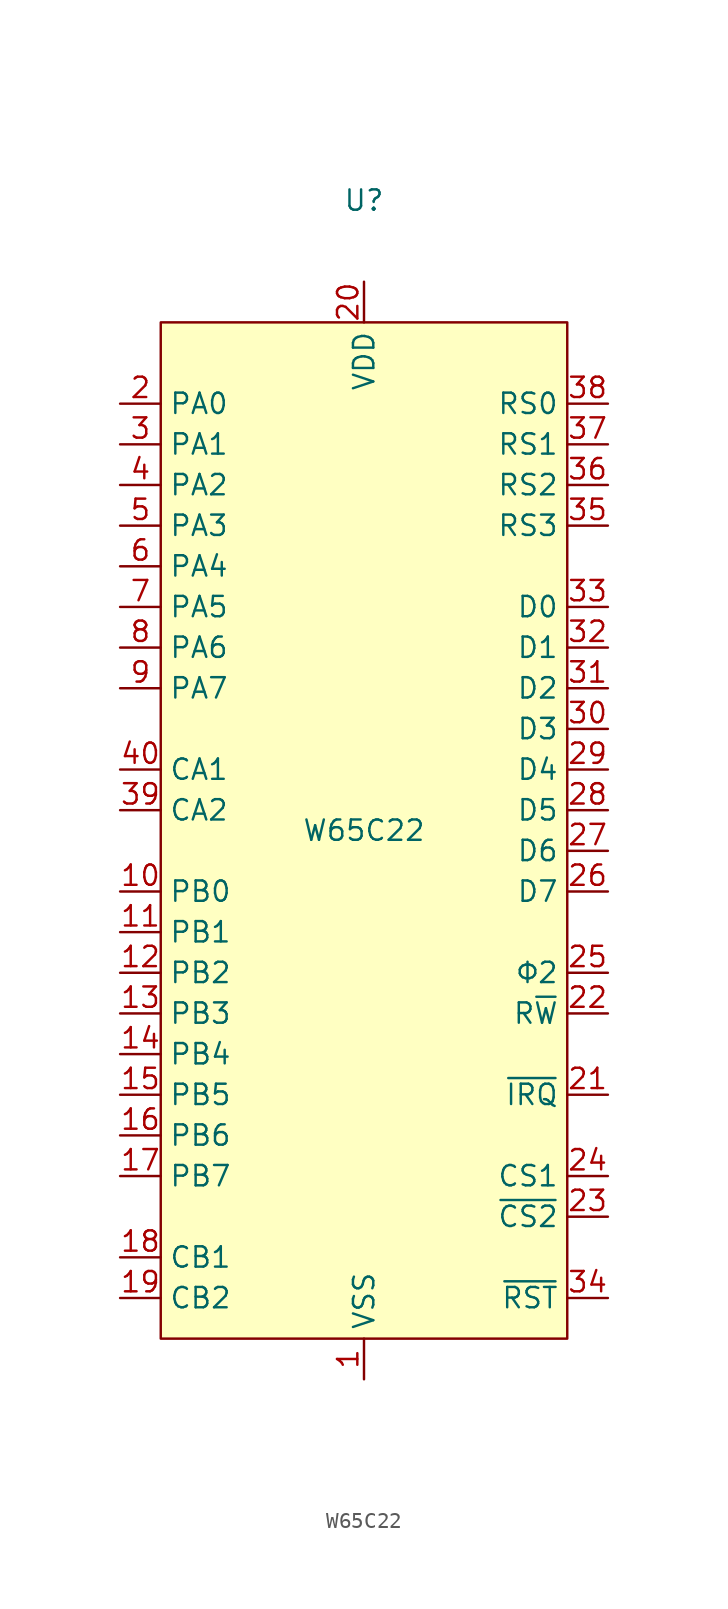
<source format=kicad_sym>
(kicad_symbol_lib
  (version 20220914)
  (generator kicad_symbol_editor)
  (symbol "W65C22"
    (property "Reference" "U"
      (at 0 0 0)
      (effects (font (size 1.27 1.27))))
    (property "Value" "W65C22"
      (at 0 -39.37 0)
      (effects (font (size 1.27 1.27))))
    (symbol "W65C22_0_0"
      (pin power_in line (at 0 -73.66 90) (length 2.54) (name "VSS" (effects (font (size 1.27 1.27)))) (number "1" (effects (font (size 1.27 1.27))))))
    (symbol "W65C22_0_1"
      (rectangle (start -12.7 -7.62) (end 12.7 -71.12) (stroke (width 0) (type default)) (fill (type background))))
    (symbol "W65C22_1_1"
      (pin tri_state line (at -15.24 -43.18 0) (length 2.54) (name "PB0" (effects (font (size 1.27 1.27)))) (number "10" (effects (font (size 1.27 1.27)))))
      (pin tri_state line (at -15.24 -45.72 0) (length 2.54) (name "PB1" (effects (font (size 1.27 1.27)))) (number "11" (effects (font (size 1.27 1.27)))))
      (pin tri_state line (at -15.24 -48.26 0) (length 2.54) (name "PB2" (effects (font (size 1.27 1.27)))) (number "12" (effects (font (size 1.27 1.27)))))
      (pin tri_state line (at -15.24 -50.8 0) (length 2.54) (name "PB3" (effects (font (size 1.27 1.27)))) (number "13" (effects (font (size 1.27 1.27)))))
      (pin tri_state line (at -15.24 -53.34 0) (length 2.54) (name "PB4" (effects (font (size 1.27 1.27)))) (number "14" (effects (font (size 1.27 1.27)))))
      (pin tri_state line (at -15.24 -55.88 0) (length 2.54) (name "PB5" (effects (font (size 1.27 1.27)))) (number "15" (effects (font (size 1.27 1.27)))))
      (pin tri_state line (at -15.24 -58.42 0) (length 2.54) (name "PB6" (effects (font (size 1.27 1.27)))) (number "16" (effects (font (size 1.27 1.27)))))
      (pin tri_state line (at -15.24 -60.96 0) (length 2.54) (name "PB7" (effects (font (size 1.27 1.27)))) (number "17" (effects (font (size 1.27 1.27)))))
      (pin tri_state line (at -15.24 -66.04 0) (length 2.54) (name "CB1" (effects (font (size 1.27 1.27)))) (number "18" (effects (font (size 1.27 1.27)))))
      (pin tri_state line (at -15.24 -68.58 0) (length 2.54) (name "CB2" (effects (font (size 1.27 1.27)))) (number "19" (effects (font (size 1.27 1.27)))))
      (pin tri_state line (at -15.24 -12.7 0) (length 2.54) (name "PA0" (effects (font (size 1.27 1.27)))) (number "2" (effects (font (size 1.27 1.27)))))
      (pin power_in line (at 0 -5.08 270) (length 2.54) (name "VDD" (effects (font (size 1.27 1.27)))) (number "20" (effects (font (size 1.27 1.27)))))
      (pin output line (at 15.24 -55.88 180) (length 2.54) (name "~{IRQ}" (effects (font (size 1.27 1.27)))) (number "21" (effects (font (size 1.27 1.27)))))
      (pin input line (at 15.24 -50.8 180) (length 2.54) (name "R~{W}" (effects (font (size 1.27 1.27)))) (number "22" (effects (font (size 1.27 1.27)))))
      (pin input line (at 15.24 -63.5 180) (length 2.54) (name "~{CS2}" (effects (font (size 1.27 1.27)))) (number "23" (effects (font (size 1.27 1.27)))))
      (pin input line (at 15.24 -60.96 180) (length 2.54) (name "CS1" (effects (font (size 1.27 1.27)))) (number "24" (effects (font (size 1.27 1.27)))))
      (pin input line (at 15.24 -48.26 180) (length 2.54) (name "Φ2" (effects (font (size 1.27 1.27)))) (number "25" (effects (font (size 1.27 1.27)))))
      (pin tri_state line (at 15.24 -43.18 180) (length 2.54) (name "D7" (effects (font (size 1.27 1.27)))) (number "26" (effects (font (size 1.27 1.27)))))
      (pin tri_state line (at 15.24 -40.64 180) (length 2.54) (name "D6" (effects (font (size 1.27 1.27)))) (number "27" (effects (font (size 1.27 1.27)))))
      (pin tri_state line (at 15.24 -38.1 180) (length 2.54) (name "D5" (effects (font (size 1.27 1.27)))) (number "28" (effects (font (size 1.27 1.27)))))
      (pin tri_state line (at 15.24 -35.56 180) (length 2.54) (name "D4" (effects (font (size 1.27 1.27)))) (number "29" (effects (font (size 1.27 1.27)))))
      (pin tri_state line (at -15.24 -15.24 0) (length 2.54) (name "PA1" (effects (font (size 1.27 1.27)))) (number "3" (effects (font (size 1.27 1.27)))))
      (pin tri_state line (at 15.24 -33.02 180) (length 2.54) (name "D3" (effects (font (size 1.27 1.27)))) (number "30" (effects (font (size 1.27 1.27)))))
      (pin tri_state line (at 15.24 -30.48 180) (length 2.54) (name "D2" (effects (font (size 1.27 1.27)))) (number "31" (effects (font (size 1.27 1.27)))))
      (pin tri_state line (at 15.24 -27.94 180) (length 2.54) (name "D1" (effects (font (size 1.27 1.27)))) (number "32" (effects (font (size 1.27 1.27)))))
      (pin tri_state line (at 15.24 -25.4 180) (length 2.54) (name "D0" (effects (font (size 1.27 1.27)))) (number "33" (effects (font (size 1.27 1.27)))))
      (pin input line (at 15.24 -68.58 180) (length 2.54) (name "~{RST}" (effects (font (size 1.27 1.27)))) (number "34" (effects (font (size 1.27 1.27)))))
      (pin input line (at 15.24 -20.32 180) (length 2.54) (name "RS3" (effects (font (size 1.27 1.27)))) (number "35" (effects (font (size 1.27 1.27)))))
      (pin input line (at 15.24 -17.78 180) (length 2.54) (name "RS2" (effects (font (size 1.27 1.27)))) (number "36" (effects (font (size 1.27 1.27)))))
      (pin input line (at 15.24 -15.24 180) (length 2.54) (name "RS1" (effects (font (size 1.27 1.27)))) (number "37" (effects (font (size 1.27 1.27)))))
      (pin input line (at 15.24 -12.7 180) (length 2.54) (name "RS0" (effects (font (size 1.27 1.27)))) (number "38" (effects (font (size 1.27 1.27)))))
      (pin tri_state line (at -15.24 -38.1 0) (length 2.54) (name "CA2" (effects (font (size 1.27 1.27)))) (number "39" (effects (font (size 1.27 1.27)))))
      (pin tri_state line (at -15.24 -17.78 0) (length 2.54) (name "PA2" (effects (font (size 1.27 1.27)))) (number "4" (effects (font (size 1.27 1.27)))))
      (pin tri_state line (at -15.24 -35.56 0) (length 2.54) (name "CA1" (effects (font (size 1.27 1.27)))) (number "40" (effects (font (size 1.27 1.27)))))
      (pin tri_state line (at -15.24 -20.32 0) (length 2.54) (name "PA3" (effects (font (size 1.27 1.27)))) (number "5" (effects (font (size 1.27 1.27)))))
      (pin tri_state line (at -15.24 -22.86 0) (length 2.54) (name "PA4" (effects (font (size 1.27 1.27)))) (number "6" (effects (font (size 1.27 1.27)))))
      (pin tri_state line (at -15.24 -25.4 0) (length 2.54) (name "PA5" (effects (font (size 1.27 1.27)))) (number "7" (effects (font (size 1.27 1.27)))))
      (pin tri_state line (at -15.24 -27.94 0) (length 2.54) (name "PA6" (effects (font (size 1.27 1.27)))) (number "8" (effects (font (size 1.27 1.27)))))
      (pin tri_state line (at -15.24 -30.48 0) (length 2.54) (name "PA7" (effects (font (size 1.27 1.27)))) (number "9" (effects (font (size 1.27 1.27))))))))
</source>
